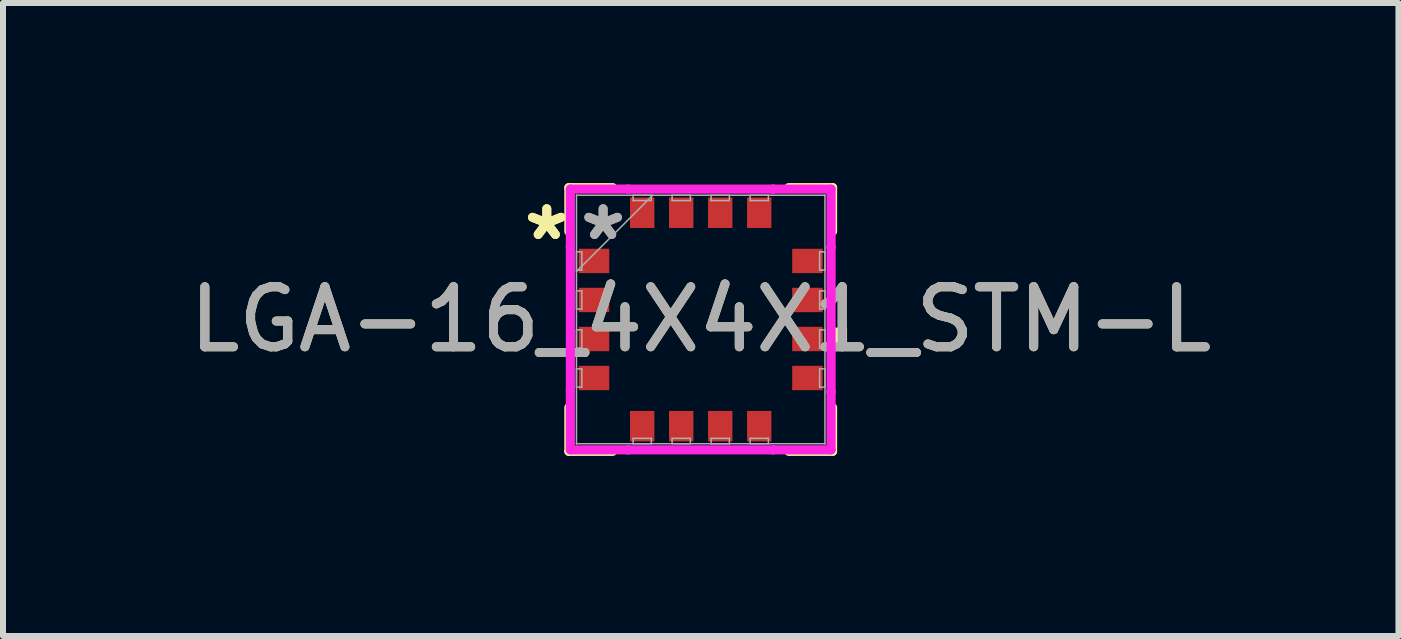
<source format=kicad_pcb>
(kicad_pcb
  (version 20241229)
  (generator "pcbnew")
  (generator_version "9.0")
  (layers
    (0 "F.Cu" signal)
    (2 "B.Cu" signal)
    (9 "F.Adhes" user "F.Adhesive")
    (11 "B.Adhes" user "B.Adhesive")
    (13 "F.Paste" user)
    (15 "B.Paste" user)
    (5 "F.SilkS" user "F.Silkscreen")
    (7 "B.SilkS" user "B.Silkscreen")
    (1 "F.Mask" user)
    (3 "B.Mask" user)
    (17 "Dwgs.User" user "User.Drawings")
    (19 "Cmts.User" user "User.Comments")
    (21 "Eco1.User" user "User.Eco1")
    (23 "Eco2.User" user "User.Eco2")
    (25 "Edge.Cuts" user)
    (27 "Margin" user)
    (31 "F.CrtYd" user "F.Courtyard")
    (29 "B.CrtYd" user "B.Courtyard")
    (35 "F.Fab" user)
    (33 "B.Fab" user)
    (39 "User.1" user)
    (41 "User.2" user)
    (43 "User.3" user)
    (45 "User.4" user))
  (footprint "LGA-16_4X4X1_STM-L"
    (layer "F.Cu")
    (at 8.625 2.273)
    (property "Reference" "LGA-16_4X4X1_STM-L" (at 0 0 0) (unlocked yes) (layer "F.SilkS") (effects (font (size 1 1) (thickness 0.15))))
    (attr smd)
    (fp_line (start -2.197 -2.197) (end -2.197 -1.467) (stroke (width 0.152) (type solid)) (layer "F.SilkS"))
    (fp_line (start -2.197 1.467) (end -2.197 2.197) (stroke (width 0.152) (type solid)) (layer "F.SilkS"))
    (fp_line (start -2.197 2.197) (end -1.467 2.197) (stroke (width 0.152) (type solid)) (layer "F.SilkS"))
    (fp_line (start -1.467 -2.197) (end -2.197 -2.197) (stroke (width 0.152) (type solid)) (layer "F.SilkS"))
    (fp_line (start 1.467 2.197) (end 2.197 2.197) (stroke (width 0.152) (type solid)) (layer "F.SilkS"))
    (fp_line (start 2.197 -2.197) (end 1.467 -2.197) (stroke (width 0.152) (type solid)) (layer "F.SilkS"))
    (fp_line (start 2.197 -1.467) (end 2.197 -2.197) (stroke (width 0.152) (type solid)) (layer "F.SilkS"))
    (fp_line (start 2.197 2.197) (end 2.197 1.467) (stroke (width 0.152) (type solid)) (layer "F.SilkS"))
    (fp_poly (pts (xy 2.438 0.135) (xy 2.438 0.516) (xy 2.184 0.516) (xy 2.184 0.135)) (stroke (width 0) (type solid)) (fill yes) (layer "F.SilkS"))
    (fp_line (start -2.172 -2.172) (end -1.204 -2.172) (stroke (width 0.152) (type solid)) (layer "F.CrtYd"))
    (fp_line (start -2.172 -1.204) (end -2.172 -2.172) (stroke (width 0.152) (type solid)) (layer "F.CrtYd"))
    (fp_line (start -2.172 -1.204) (end -2.172 -1.204) (stroke (width 0.152) (type solid)) (layer "F.CrtYd"))
    (fp_line (start -2.172 1.204) (end -2.172 -1.204) (stroke (width 0.152) (type solid)) (layer "F.CrtYd"))
    (fp_line (start -2.172 1.204) (end -2.172 1.204) (stroke (width 0.152) (type solid)) (layer "F.CrtYd"))
    (fp_line (start -2.172 2.172) (end -2.172 1.204) (stroke (width 0.152) (type solid)) (layer "F.CrtYd"))
    (fp_line (start -1.204 -2.172) (end -1.204 -2.172) (stroke (width 0.152) (type solid)) (layer "F.CrtYd"))
    (fp_line (start -1.204 -2.172) (end 1.204 -2.172) (stroke (width 0.152) (type solid)) (layer "F.CrtYd"))
    (fp_line (start -1.204 2.172) (end -2.172 2.172) (stroke (width 0.152) (type solid)) (layer "F.CrtYd"))
    (fp_line (start -1.204 2.172) (end -1.204 2.172) (stroke (width 0.152) (type solid)) (layer "F.CrtYd"))
    (fp_line (start 1.204 -2.172) (end 1.204 -2.172) (stroke (width 0.152) (type solid)) (layer "F.CrtYd"))
    (fp_line (start 1.204 -2.172) (end 2.172 -2.172) (stroke (width 0.152) (type solid)) (layer "F.CrtYd"))
    (fp_line (start 1.204 2.172) (end -1.204 2.172) (stroke (width 0.152) (type solid)) (layer "F.CrtYd"))
    (fp_line (start 1.204 2.172) (end 1.204 2.172) (stroke (width 0.152) (type solid)) (layer "F.CrtYd"))
    (fp_line (start 2.172 -2.172) (end 2.172 -1.204) (stroke (width 0.152) (type solid)) (layer "F.CrtYd"))
    (fp_line (start 2.172 -1.204) (end 2.172 -1.204) (stroke (width 0.152) (type solid)) (layer "F.CrtYd"))
    (fp_line (start 2.172 -1.204) (end 2.172 1.204) (stroke (width 0.152) (type solid)) (layer "F.CrtYd"))
    (fp_line (start 2.172 1.204) (end 2.172 1.204) (stroke (width 0.152) (type solid)) (layer "F.CrtYd"))
    (fp_line (start 2.172 1.204) (end 2.172 2.172) (stroke (width 0.152) (type solid)) (layer "F.CrtYd"))
    (fp_line (start 2.172 2.172) (end 1.204 2.172) (stroke (width 0.152) (type solid)) (layer "F.CrtYd"))
    (fp_line (start -2.07 -2.07) (end -2.07 -2.07) (stroke (width 0.025) (type solid)) (layer "F.Fab"))
    (fp_line (start -2.07 -2.07) (end -2.07 2.07) (stroke (width 0.025) (type solid)) (layer "F.Fab"))
    (fp_line (start -2.07 -1.127) (end -1.981 -1.127) (stroke (width 0.025) (type solid)) (layer "F.Fab"))
    (fp_line (start -2.07 -0.823) (end -2.07 -1.127) (stroke (width 0.025) (type solid)) (layer "F.Fab"))
    (fp_line (start -2.07 -0.8) (end -0.8 -2.07) (stroke (width 0.025) (type solid)) (layer "F.Fab"))
    (fp_line (start -2.07 -0.477) (end -1.981 -0.477) (stroke (width 0.025) (type solid)) (layer "F.Fab"))
    (fp_line (start -2.07 -0.173) (end -2.07 -0.477) (stroke (width 0.025) (type solid)) (layer "F.Fab"))
    (fp_line (start -2.07 0.173) (end -1.981 0.173) (stroke (width 0.025) (type solid)) (layer "F.Fab"))
    (fp_line (start -2.07 0.477) (end -2.07 0.173) (stroke (width 0.025) (type solid)) (layer "F.Fab"))
    (fp_line (start -2.07 0.823) (end -1.981 0.823) (stroke (width 0.025) (type solid)) (layer "F.Fab"))
    (fp_line (start -2.07 1.127) (end -2.07 0.823) (stroke (width 0.025) (type solid)) (layer "F.Fab"))
    (fp_line (start -2.07 2.07) (end -2.07 2.07) (stroke (width 0.025) (type solid)) (layer "F.Fab"))
    (fp_line (start -2.07 2.07) (end 2.07 2.07) (stroke (width 0.025) (type solid)) (layer "F.Fab"))
    (fp_line (start -1.981 -1.127) (end -1.981 -0.823) (stroke (width 0.025) (type solid)) (layer "F.Fab"))
    (fp_line (start -1.981 -0.823) (end -2.07 -0.823) (stroke (width 0.025) (type solid)) (layer "F.Fab"))
    (fp_line (start -1.981 -0.477) (end -1.981 -0.173) (stroke (width 0.025) (type solid)) (layer "F.Fab"))
    (fp_line (start -1.981 -0.173) (end -2.07 -0.173) (stroke (width 0.025) (type solid)) (layer "F.Fab"))
    (fp_line (start -1.981 0.173) (end -1.981 0.477) (stroke (width 0.025) (type solid)) (layer "F.Fab"))
    (fp_line (start -1.981 0.477) (end -2.07 0.477) (stroke (width 0.025) (type solid)) (layer "F.Fab"))
    (fp_line (start -1.981 0.823) (end -1.981 1.127) (stroke (width 0.025) (type solid)) (layer "F.Fab"))
    (fp_line (start -1.981 1.127) (end -2.07 1.127) (stroke (width 0.025) (type solid)) (layer "F.Fab"))
    (fp_line (start -1.127 -2.07) (end -0.823 -2.07) (stroke (width 0.025) (type solid)) (layer "F.Fab"))
    (fp_line (start -1.127 -1.981) (end -1.127 -2.07) (stroke (width 0.025) (type solid)) (layer "F.Fab"))
    (fp_line (start -1.127 1.981) (end -0.823 1.981) (stroke (width 0.025) (type solid)) (layer "F.Fab"))
    (fp_line (start -1.127 2.07) (end -1.127 1.981) (stroke (width 0.025) (type solid)) (layer "F.Fab"))
    (fp_line (start -0.823 -2.07) (end -0.823 -1.981) (stroke (width 0.025) (type solid)) (layer "F.Fab"))
    (fp_line (start -0.823 -1.981) (end -1.127 -1.981) (stroke (width 0.025) (type solid)) (layer "F.Fab"))
    (fp_line (start -0.823 1.981) (end -0.823 2.07) (stroke (width 0.025) (type solid)) (layer "F.Fab"))
    (fp_line (start -0.823 2.07) (end -1.127 2.07) (stroke (width 0.025) (type solid)) (layer "F.Fab"))
    (fp_line (start -0.477 -2.07) (end -0.173 -2.07) (stroke (width 0.025) (type solid)) (layer "F.Fab"))
    (fp_line (start -0.477 -1.981) (end -0.477 -2.07) (stroke (width 0.025) (type solid)) (layer "F.Fab"))
    (fp_line (start -0.477 1.981) (end -0.173 1.981) (stroke (width 0.025) (type solid)) (layer "F.Fab"))
    (fp_line (start -0.477 2.07) (end -0.477 1.981) (stroke (width 0.025) (type solid)) (layer "F.Fab"))
    (fp_line (start -0.173 -2.07) (end -0.173 -1.981) (stroke (width 0.025) (type solid)) (layer "F.Fab"))
    (fp_line (start -0.173 -1.981) (end -0.477 -1.981) (stroke (width 0.025) (type solid)) (layer "F.Fab"))
    (fp_line (start -0.173 1.981) (end -0.173 2.07) (stroke (width 0.025) (type solid)) (layer "F.Fab"))
    (fp_line (start -0.173 2.07) (end -0.477 2.07) (stroke (width 0.025) (type solid)) (layer "F.Fab"))
    (fp_line (start 0.173 -2.07) (end 0.477 -2.07) (stroke (width 0.025) (type solid)) (layer "F.Fab"))
    (fp_line (start 0.173 -1.981) (end 0.173 -2.07) (stroke (width 0.025) (type solid)) (layer "F.Fab"))
    (fp_line (start 0.173 1.981) (end 0.477 1.981) (stroke (width 0.025) (type solid)) (layer "F.Fab"))
    (fp_line (start 0.173 2.07) (end 0.173 1.981) (stroke (width 0.025) (type solid)) (layer "F.Fab"))
    (fp_line (start 0.477 -2.07) (end 0.477 -1.981) (stroke (width 0.025) (type solid)) (layer "F.Fab"))
    (fp_line (start 0.477 -1.981) (end 0.173 -1.981) (stroke (width 0.025) (type solid)) (layer "F.Fab"))
    (fp_line (start 0.477 1.981) (end 0.477 2.07) (stroke (width 0.025) (type solid)) (layer "F.Fab"))
    (fp_line (start 0.477 2.07) (end 0.173 2.07) (stroke (width 0.025) (type solid)) (layer "F.Fab"))
    (fp_line (start 0.823 -2.07) (end 1.127 -2.07) (stroke (width 0.025) (type solid)) (layer "F.Fab"))
    (fp_line (start 0.823 -1.981) (end 0.823 -2.07) (stroke (width 0.025) (type solid)) (layer "F.Fab"))
    (fp_line (start 0.823 1.981) (end 1.127 1.981) (stroke (width 0.025) (type solid)) (layer "F.Fab"))
    (fp_line (start 0.823 2.07) (end 0.823 1.981) (stroke (width 0.025) (type solid)) (layer "F.Fab"))
    (fp_line (start 1.127 -2.07) (end 1.127 -1.981) (stroke (width 0.025) (type solid)) (layer "F.Fab"))
    (fp_line (start 1.127 -1.981) (end 0.823 -1.981) (stroke (width 0.025) (type solid)) (layer "F.Fab"))
    (fp_line (start 1.127 1.981) (end 1.127 2.07) (stroke (width 0.025) (type solid)) (layer "F.Fab"))
    (fp_line (start 1.127 2.07) (end 0.823 2.07) (stroke (width 0.025) (type solid)) (layer "F.Fab"))
    (fp_line (start 1.981 -1.127) (end 2.07 -1.127) (stroke (width 0.025) (type solid)) (layer "F.Fab"))
    (fp_line (start 1.981 -0.823) (end 1.981 -1.127) (stroke (width 0.025) (type solid)) (layer "F.Fab"))
    (fp_line (start 1.981 -0.477) (end 2.07 -0.477) (stroke (width 0.025) (type solid)) (layer "F.Fab"))
    (fp_line (start 1.981 -0.173) (end 1.981 -0.477) (stroke (width 0.025) (type solid)) (layer "F.Fab"))
    (fp_line (start 1.981 0.173) (end 2.07 0.173) (stroke (width 0.025) (type solid)) (layer "F.Fab"))
    (fp_line (start 1.981 0.477) (end 1.981 0.173) (stroke (width 0.025) (type solid)) (layer "F.Fab"))
    (fp_line (start 1.981 0.823) (end 2.07 0.823) (stroke (width 0.025) (type solid)) (layer "F.Fab"))
    (fp_line (start 1.981 1.127) (end 1.981 0.823) (stroke (width 0.025) (type solid)) (layer "F.Fab"))
    (fp_line (start 2.07 -2.07) (end -2.07 -2.07) (stroke (width 0.025) (type solid)) (layer "F.Fab"))
    (fp_line (start 2.07 -2.07) (end 2.07 -2.07) (stroke (width 0.025) (type solid)) (layer "F.Fab"))
    (fp_line (start 2.07 -1.127) (end 2.07 -0.823) (stroke (width 0.025) (type solid)) (layer "F.Fab"))
    (fp_line (start 2.07 -0.823) (end 1.981 -0.823) (stroke (width 0.025) (type solid)) (layer "F.Fab"))
    (fp_line (start 2.07 -0.477) (end 2.07 -0.173) (stroke (width 0.025) (type solid)) (layer "F.Fab"))
    (fp_line (start 2.07 -0.173) (end 1.981 -0.173) (stroke (width 0.025) (type solid)) (layer "F.Fab"))
    (fp_line (start 2.07 0.173) (end 2.07 0.477) (stroke (width 0.025) (type solid)) (layer "F.Fab"))
    (fp_line (start 2.07 0.477) (end 1.981 0.477) (stroke (width 0.025) (type solid)) (layer "F.Fab"))
    (fp_line (start 2.07 0.823) (end 2.07 1.127) (stroke (width 0.025) (type solid)) (layer "F.Fab"))
    (fp_line (start 2.07 1.127) (end 1.981 1.127) (stroke (width 0.025) (type solid)) (layer "F.Fab"))
    (fp_line (start 2.07 2.07) (end 2.07 -2.07) (stroke (width 0.025) (type solid)) (layer "F.Fab"))
    (fp_line (start 2.07 2.07) (end 2.07 2.07) (stroke (width 0.025) (type solid)) (layer "F.Fab"))
    (fp_text user "*" (at -2.565 -1.3 0) (layer "F.SilkS") (effects (font (size 1 1) (thickness 0.15))))
    (fp_text user "*" (at -2.565 -1.3 0) (unlocked yes) (layer "F.SilkS") (effects (font (size 1 1) (thickness 0.15))))
    (fp_text user "*" (at -1.626 -1.3 0) (unlocked yes) (layer "F.Fab") (effects (font (size 1 1) (thickness 0.15))))
    (fp_text user "${REFERENCE}" (at 0 0 0) (unlocked yes) (layer "F.Fab") (effects (font (size 1 1) (thickness 0.15))))
    (fp_text user "*" (at -1.626 -1.3 0) (layer "F.Fab") (effects (font (size 1 1) (thickness 0.15))))
    (pad "1" smd rect (at -1.778 -0.975 90) (size 0.406 0.508) (layers "F.Cu" "F.Mask" "F.Paste"))
    (pad "2" smd rect (at -1.778 -0.325 90) (size 0.406 0.508) (layers "F.Cu" "F.Mask" "F.Paste"))
    (pad "3" smd rect (at -1.778 0.325 90) (size 0.406 0.508) (layers "F.Cu" "F.Mask" "F.Paste"))
    (pad "4" smd rect (at -1.778 0.975 90) (size 0.406 0.508) (layers "F.Cu" "F.Mask" "F.Paste"))
    (pad "5" smd rect (at -0.975 1.778) (size 0.406 0.508) (layers "F.Cu" "F.Mask" "F.Paste"))
    (pad "6" smd rect (at -0.325 1.778) (size 0.406 0.508) (layers "F.Cu" "F.Mask" "F.Paste"))
    (pad "7" smd rect (at 0.325 1.778) (size 0.406 0.508) (layers "F.Cu" "F.Mask" "F.Paste"))
    (pad "8" smd rect (at 0.975 1.778) (size 0.406 0.508) (layers "F.Cu" "F.Mask" "F.Paste"))
    (pad "9" smd rect (at 1.778 0.975 90) (size 0.406 0.508) (layers "F.Cu" "F.Mask" "F.Paste"))
    (pad "10" smd rect (at 1.778 0.325 90) (size 0.406 0.508) (layers "F.Cu" "F.Mask" "F.Paste"))
    (pad "11" smd rect (at 1.778 -0.325 90) (size 0.406 0.508) (layers "F.Cu" "F.Mask" "F.Paste"))
    (pad "12" smd rect (at 1.778 -0.975 90) (size 0.406 0.508) (layers "F.Cu" "F.Mask" "F.Paste"))
    (pad "13" smd rect (at 0.975 -1.778) (size 0.406 0.508) (layers "F.Cu" "F.Mask" "F.Paste"))
    (pad "14" smd rect (at 0.325 -1.778) (size 0.406 0.508) (layers "F.Cu" "F.Mask" "F.Paste"))
    (pad "15" smd rect (at -0.325 -1.778) (size 0.406 0.508) (layers "F.Cu" "F.Mask" "F.Paste"))
    (pad "16" smd rect (at -0.975 -1.778) (size 0.406 0.508) (layers "F.Cu" "F.Mask" "F.Paste")))
  (gr_rect
    (start -3 -3)
    (end 20.25 7.547)
    (stroke (width 0.1) (type default))
    (fill no)
    (layer "Edge.Cuts")))
</source>
